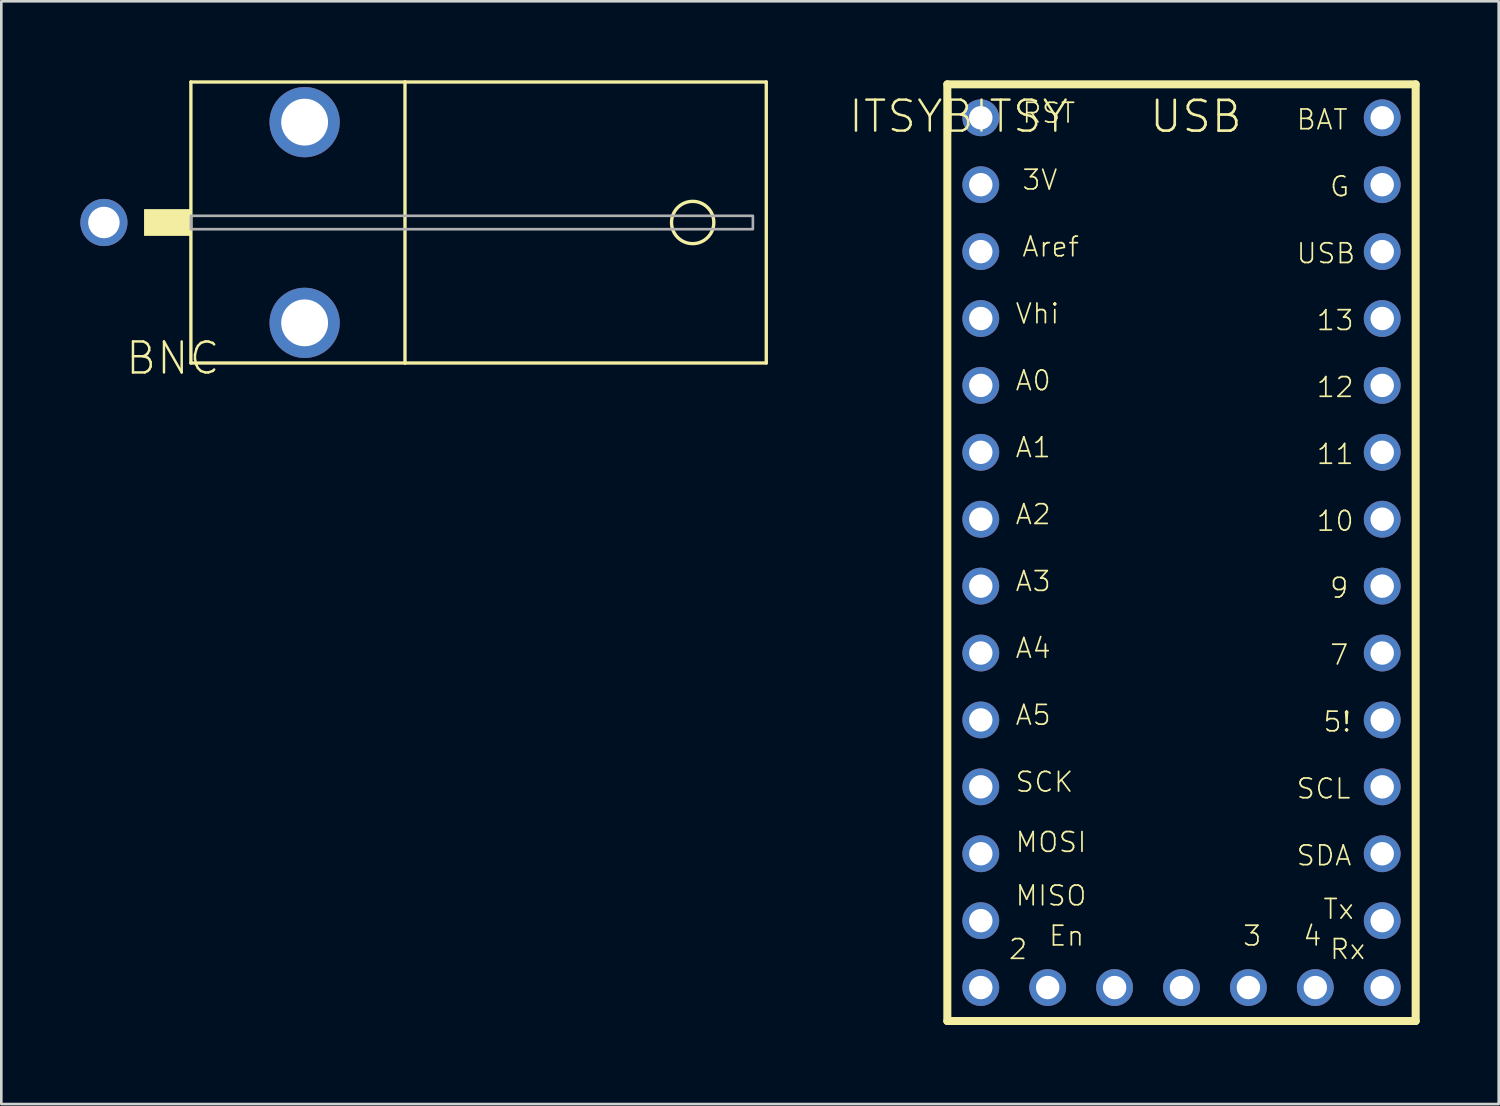
<source format=kicad_pcb>
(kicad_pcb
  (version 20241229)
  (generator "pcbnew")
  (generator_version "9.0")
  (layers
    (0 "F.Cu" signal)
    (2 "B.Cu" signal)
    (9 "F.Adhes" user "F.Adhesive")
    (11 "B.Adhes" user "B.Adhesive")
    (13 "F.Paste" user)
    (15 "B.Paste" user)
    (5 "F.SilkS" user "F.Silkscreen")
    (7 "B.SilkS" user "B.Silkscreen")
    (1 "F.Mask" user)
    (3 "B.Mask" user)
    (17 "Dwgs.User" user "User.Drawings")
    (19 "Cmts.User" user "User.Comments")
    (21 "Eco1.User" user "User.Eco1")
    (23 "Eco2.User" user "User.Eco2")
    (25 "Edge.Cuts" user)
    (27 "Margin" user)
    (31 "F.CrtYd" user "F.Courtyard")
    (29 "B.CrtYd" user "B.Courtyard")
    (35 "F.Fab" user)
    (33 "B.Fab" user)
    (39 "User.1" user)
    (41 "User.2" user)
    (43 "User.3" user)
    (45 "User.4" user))
  (footprint "BNC"
    (layer "F.Cu")
    (at 8.515 5.397)
    (property "Reference" "BNC" (at -6.858 5.842 0) (unlocked yes) (layer "F.SilkS") (effects (font (size 1.177 1.177) (thickness 0.093)) (justify left bottom)))
    (fp_line (start -4.318 -5.334) (end -4.318 5.334) (stroke (width 0.127) (type solid)) (layer "F.SilkS"))
    (fp_line (start -4.318 5.334) (end 3.81 5.334) (stroke (width 0.127) (type solid)) (layer "F.SilkS"))
    (fp_line (start 3.81 -5.334) (end -4.318 -5.334) (stroke (width 0.127) (type solid)) (layer "F.SilkS"))
    (fp_line (start 3.81 -5.334) (end 3.81 5.334) (stroke (width 0.127) (type solid)) (layer "F.SilkS"))
    (fp_line (start 3.81 5.334) (end 17.526 5.334) (stroke (width 0.127) (type solid)) (layer "F.SilkS"))
    (fp_line (start 17.526 -5.334) (end 3.81 -5.334) (stroke (width 0.127) (type solid)) (layer "F.SilkS"))
    (fp_line (start 17.526 5.334) (end 17.526 -5.334) (stroke (width 0.127) (type solid)) (layer "F.SilkS"))
    (fp_circle (center 14.732 0) (end 15.535 0) (stroke (width 0.127) (type solid)) (fill no) (layer "F.SilkS"))
    (fp_poly (pts (xy -6.096 0.508) (xy -4.318 0.508) (xy -4.318 -0.508) (xy -6.096 -0.508)) (stroke (width 0) (type default)) (fill yes) (layer "F.SilkS"))
    (fp_poly (pts (xy -4.318 0.254) (xy 17.018 0.254) (xy 17.018 -0.254) (xy -4.318 -0.254)) (stroke (width 0.1) (type default)) (fill no) (layer "F.Fab"))
    (pad "1" thru_hole circle (at -7.62 0) (size 1.791 1.791) (drill 1.194) (layers "*.Cu" "*.Mask"))
    (pad "2" thru_hole circle (at 0 -3.81) (size 2.667 2.667) (drill 1.778) (layers "*.Cu" "*.Mask"))
    (pad "3" thru_hole circle (at 0 3.81) (size 2.667 2.667) (drill 1.778) (layers "*.Cu" "*.Mask")))
  (footprint "ITSYBITSY"
    (layer "F.Cu")
    (at 41.805 15.392)
    (property "Reference" "ITSYBITSY" (at -12.7 -13.335 0) (unlocked yes) (layer "F.SilkS") (effects (font (size 1.177 1.177) (thickness 0.093)) (justify left bottom)))
    (fp_line (start -8.89 -15.24) (end 8.89 -15.24) (stroke (width 0.305) (type solid)) (layer "F.SilkS"))
    (fp_line (start -8.89 20.32) (end -8.89 -15.24) (stroke (width 0.305) (type solid)) (layer "F.SilkS"))
    (fp_line (start 8.89 -15.24) (end 8.89 20.32) (stroke (width 0.305) (type solid)) (layer "F.SilkS"))
    (fp_line (start 8.89 20.32) (end -8.89 20.32) (stroke (width 0.305) (type solid)) (layer "F.SilkS"))
    (fp_text user "3V" (at -6.096 -11.176 0) (unlocked yes) (layer "F.SilkS") (effects (font (size 0.748 0.748) (thickness 0.065)) (justify left bottom)))
    (fp_text user "MISO" (at -6.35 16.002 0) (unlocked yes) (layer "F.SilkS") (effects (font (size 0.748 0.748) (thickness 0.065)) (justify left bottom)))
    (fp_text user "A5" (at -6.35 9.144 0) (unlocked yes) (layer "F.SilkS") (effects (font (size 0.748 0.748) (thickness 0.065)) (justify left bottom)))
    (fp_text user "13" (at 5.08 -5.842 0) (unlocked yes) (layer "F.SilkS") (effects (font (size 0.748 0.748) (thickness 0.065)) (justify left bottom)))
    (fp_text user "9" (at 5.588 4.318 0) (unlocked yes) (layer "F.SilkS") (effects (font (size 0.748 0.748) (thickness 0.065)) (justify left bottom)))
    (fp_text user "A0" (at -6.35 -3.556 0) (unlocked yes) (layer "F.SilkS") (effects (font (size 0.748 0.748) (thickness 0.065)) (justify left bottom)))
    (fp_text user "Rx" (at 5.588 18.034 0) (unlocked yes) (layer "F.SilkS") (effects (font (size 0.748 0.748) (thickness 0.065)) (justify left bottom)))
    (fp_text user "SCK" (at -6.35 11.684 0) (unlocked yes) (layer "F.SilkS") (effects (font (size 0.748 0.748) (thickness 0.065)) (justify left bottom)))
    (fp_text user "SCL" (at 4.318 11.938 0) (unlocked yes) (layer "F.SilkS") (effects (font (size 0.748 0.748) (thickness 0.065)) (justify left bottom)))
    (fp_text user "10" (at 5.08 1.778 0) (unlocked yes) (layer "F.SilkS") (effects (font (size 0.748 0.748) (thickness 0.065)) (justify left bottom)))
    (fp_text user "12" (at 5.08 -3.302 0) (unlocked yes) (layer "F.SilkS") (effects (font (size 0.748 0.748) (thickness 0.065)) (justify left bottom)))
    (fp_text user "7" (at 5.588 6.858 0) (unlocked yes) (layer "F.SilkS") (effects (font (size 0.748 0.748) (thickness 0.065)) (justify left bottom)))
    (fp_text user "3" (at 2.286 17.526 0) (unlocked yes) (layer "F.SilkS") (effects (font (size 0.748 0.748) (thickness 0.065)) (justify left bottom)))
    (fp_text user "G" (at 5.588 -10.922 0) (unlocked yes) (layer "F.SilkS") (effects (font (size 0.748 0.748) (thickness 0.065)) (justify left bottom)))
    (fp_text user "RST" (at -6.096 -13.716 0) (unlocked yes) (layer "F.SilkS") (effects (font (size 0.748 0.748) (thickness 0.065)) (justify left bottom)))
    (fp_text user "2" (at -6.604 18.034 0) (unlocked yes) (layer "F.SilkS") (effects (font (size 0.748 0.748) (thickness 0.065)) (justify left bottom)))
    (fp_text user "A1" (at -6.35 -1.016 0) (unlocked yes) (layer "F.SilkS") (effects (font (size 0.748 0.748) (thickness 0.065)) (justify left bottom)))
    (fp_text user "Aref" (at -6.096 -8.636 0) (unlocked yes) (layer "F.SilkS") (effects (font (size 0.748 0.748) (thickness 0.065)) (justify left bottom)))
    (fp_text user "A3" (at -6.35 4.064 0) (unlocked yes) (layer "F.SilkS") (effects (font (size 0.748 0.748) (thickness 0.065)) (justify left bottom)))
    (fp_text user "Tx" (at 5.334 16.51 0) (unlocked yes) (layer "F.SilkS") (effects (font (size 0.748 0.748) (thickness 0.065)) (justify left bottom)))
    (fp_text user "11" (at 5.08 -0.762 0) (unlocked yes) (layer "F.SilkS") (effects (font (size 0.748 0.748) (thickness 0.065)) (justify left bottom)))
    (fp_text user "Vhi" (at -6.35 -6.096 0) (unlocked yes) (layer "F.SilkS") (effects (font (size 0.748 0.748) (thickness 0.065)) (justify left bottom)))
    (fp_text user "USB" (at -1.27 -13.335 0) (unlocked yes) (layer "F.SilkS") (effects (font (size 1.168 1.168) (thickness 0.102)) (justify left bottom)))
    (fp_text user "MOSI" (at -6.35 13.97 0) (unlocked yes) (layer "F.SilkS") (effects (font (size 0.748 0.748) (thickness 0.065)) (justify left bottom)))
    (fp_text user "USB" (at 4.318 -8.382 0) (unlocked yes) (layer "F.SilkS") (effects (font (size 0.748 0.748) (thickness 0.065)) (justify left bottom)))
    (fp_text user "BAT" (at 4.318 -13.462 0) (unlocked yes) (layer "F.SilkS") (effects (font (size 0.748 0.748) (thickness 0.065)) (justify left bottom)))
    (fp_text user "SDA" (at 4.318 14.478 0) (unlocked yes) (layer "F.SilkS") (effects (font (size 0.748 0.748) (thickness 0.065)) (justify left bottom)))
    (fp_text user "A2" (at -6.35 1.524 0) (unlocked yes) (layer "F.SilkS") (effects (font (size 0.748 0.748) (thickness 0.065)) (justify left bottom)))
    (fp_text user "A4" (at -6.35 6.604 0) (unlocked yes) (layer "F.SilkS") (effects (font (size 0.748 0.748) (thickness 0.065)) (justify left bottom)))
    (fp_text user "4" (at 4.572 17.526 0) (unlocked yes) (layer "F.SilkS") (effects (font (size 0.748 0.748) (thickness 0.065)) (justify left bottom)))
    (fp_text user "En" (at -5.08 17.526 0) (unlocked yes) (layer "F.SilkS") (effects (font (size 0.748 0.748) (thickness 0.065)) (justify left bottom)))
    (fp_text user "5!" (at 5.334 9.398 0) (unlocked yes) (layer "F.SilkS") (effects (font (size 0.748 0.748) (thickness 0.065)) (justify left bottom)))
    (pad "1" thru_hole circle (at -7.62 -13.97) (size 1.397 1.397) (drill 0.889) (layers "*.Cu" "*.Mask"))
    (pad "2" thru_hole circle (at -7.62 -11.43) (size 1.397 1.397) (drill 0.889) (layers "*.Cu" "*.Mask"))
    (pad "3" thru_hole circle (at -7.62 -8.89) (size 1.397 1.397) (drill 0.889) (layers "*.Cu" "*.Mask"))
    (pad "4" thru_hole circle (at -7.62 -6.35) (size 1.397 1.397) (drill 0.889) (layers "*.Cu" "*.Mask"))
    (pad "5" thru_hole circle (at -7.62 -3.81) (size 1.397 1.397) (drill 0.889) (layers "*.Cu" "*.Mask"))
    (pad "6" thru_hole circle (at -7.62 -1.27) (size 1.397 1.397) (drill 0.889) (layers "*.Cu" "*.Mask"))
    (pad "7" thru_hole circle (at -7.62 1.27) (size 1.397 1.397) (drill 0.889) (layers "*.Cu" "*.Mask"))
    (pad "8" thru_hole circle (at -7.62 3.81) (size 1.397 1.397) (drill 0.889) (layers "*.Cu" "*.Mask"))
    (pad "9" thru_hole circle (at -7.62 6.35) (size 1.397 1.397) (drill 0.889) (layers "*.Cu" "*.Mask"))
    (pad "10" thru_hole circle (at -7.62 8.89) (size 1.397 1.397) (drill 0.889) (layers "*.Cu" "*.Mask"))
    (pad "11" thru_hole circle (at -7.62 11.43) (size 1.397 1.397) (drill 0.889) (layers "*.Cu" "*.Mask"))
    (pad "12" thru_hole circle (at -7.62 13.97) (size 1.397 1.397) (drill 0.889) (layers "*.Cu" "*.Mask"))
    (pad "13" thru_hole circle (at -7.62 16.51) (size 1.397 1.397) (drill 0.889) (layers "*.Cu" "*.Mask"))
    (pad "14" thru_hole circle (at -7.62 19.05) (size 1.397 1.397) (drill 0.889) (layers "*.Cu" "*.Mask"))
    (pad "15" thru_hole circle (at -5.08 19.05) (size 1.397 1.397) (drill 0.889) (layers "*.Cu" "*.Mask"))
    (pad "16" thru_hole circle (at -2.54 19.05) (size 1.397 1.397) (drill 0.889) (layers "*.Cu" "*.Mask"))
    (pad "17" thru_hole circle (at 0 19.05) (size 1.397 1.397) (drill 0.889) (layers "*.Cu" "*.Mask"))
    (pad "18" thru_hole circle (at 2.54 19.05) (size 1.397 1.397) (drill 0.889) (layers "*.Cu" "*.Mask"))
    (pad "19" thru_hole circle (at 5.08 19.05) (size 1.397 1.397) (drill 0.889) (layers "*.Cu" "*.Mask"))
    (pad "20" thru_hole circle (at 7.62 19.05) (size 1.397 1.397) (drill 0.889) (layers "*.Cu" "*.Mask"))
    (pad "21" thru_hole circle (at 7.62 16.51) (size 1.397 1.397) (drill 0.889) (layers "*.Cu" "*.Mask"))
    (pad "22" thru_hole circle (at 7.62 13.97) (size 1.397 1.397) (drill 0.889) (layers "*.Cu" "*.Mask"))
    (pad "23" thru_hole circle (at 7.62 11.43) (size 1.397 1.397) (drill 0.889) (layers "*.Cu" "*.Mask"))
    (pad "24" thru_hole circle (at 7.62 8.89) (size 1.397 1.397) (drill 0.889) (layers "*.Cu" "*.Mask"))
    (pad "25" thru_hole circle (at 7.62 6.35) (size 1.397 1.397) (drill 0.889) (layers "*.Cu" "*.Mask"))
    (pad "26" thru_hole circle (at 7.62 3.81) (size 1.397 1.397) (drill 0.889) (layers "*.Cu" "*.Mask"))
    (pad "27" thru_hole circle (at 7.62 1.27) (size 1.397 1.397) (drill 0.889) (layers "*.Cu" "*.Mask"))
    (pad "28" thru_hole circle (at 7.62 -1.27) (size 1.397 1.397) (drill 0.889) (layers "*.Cu" "*.Mask"))
    (pad "29" thru_hole circle (at 7.62 -3.81) (size 1.397 1.397) (drill 0.889) (layers "*.Cu" "*.Mask"))
    (pad "30" thru_hole circle (at 7.62 -6.35) (size 1.397 1.397) (drill 0.889) (layers "*.Cu" "*.Mask"))
    (pad "31" thru_hole circle (at 7.62 -8.89) (size 1.397 1.397) (drill 0.889) (layers "*.Cu" "*.Mask"))
    (pad "32" thru_hole circle (at 7.62 -11.43) (size 1.397 1.397) (drill 0.889) (layers "*.Cu" "*.Mask"))
    (pad "33" thru_hole circle (at 7.62 -13.97) (size 1.397 1.397) (drill 0.889) (layers "*.Cu" "*.Mask")))
  (gr_rect
    (start -3 -3)
    (end 53.847 38.865)
    (stroke (width 0.1) (type default))
    (fill no)
    (layer "Edge.Cuts")))
</source>
